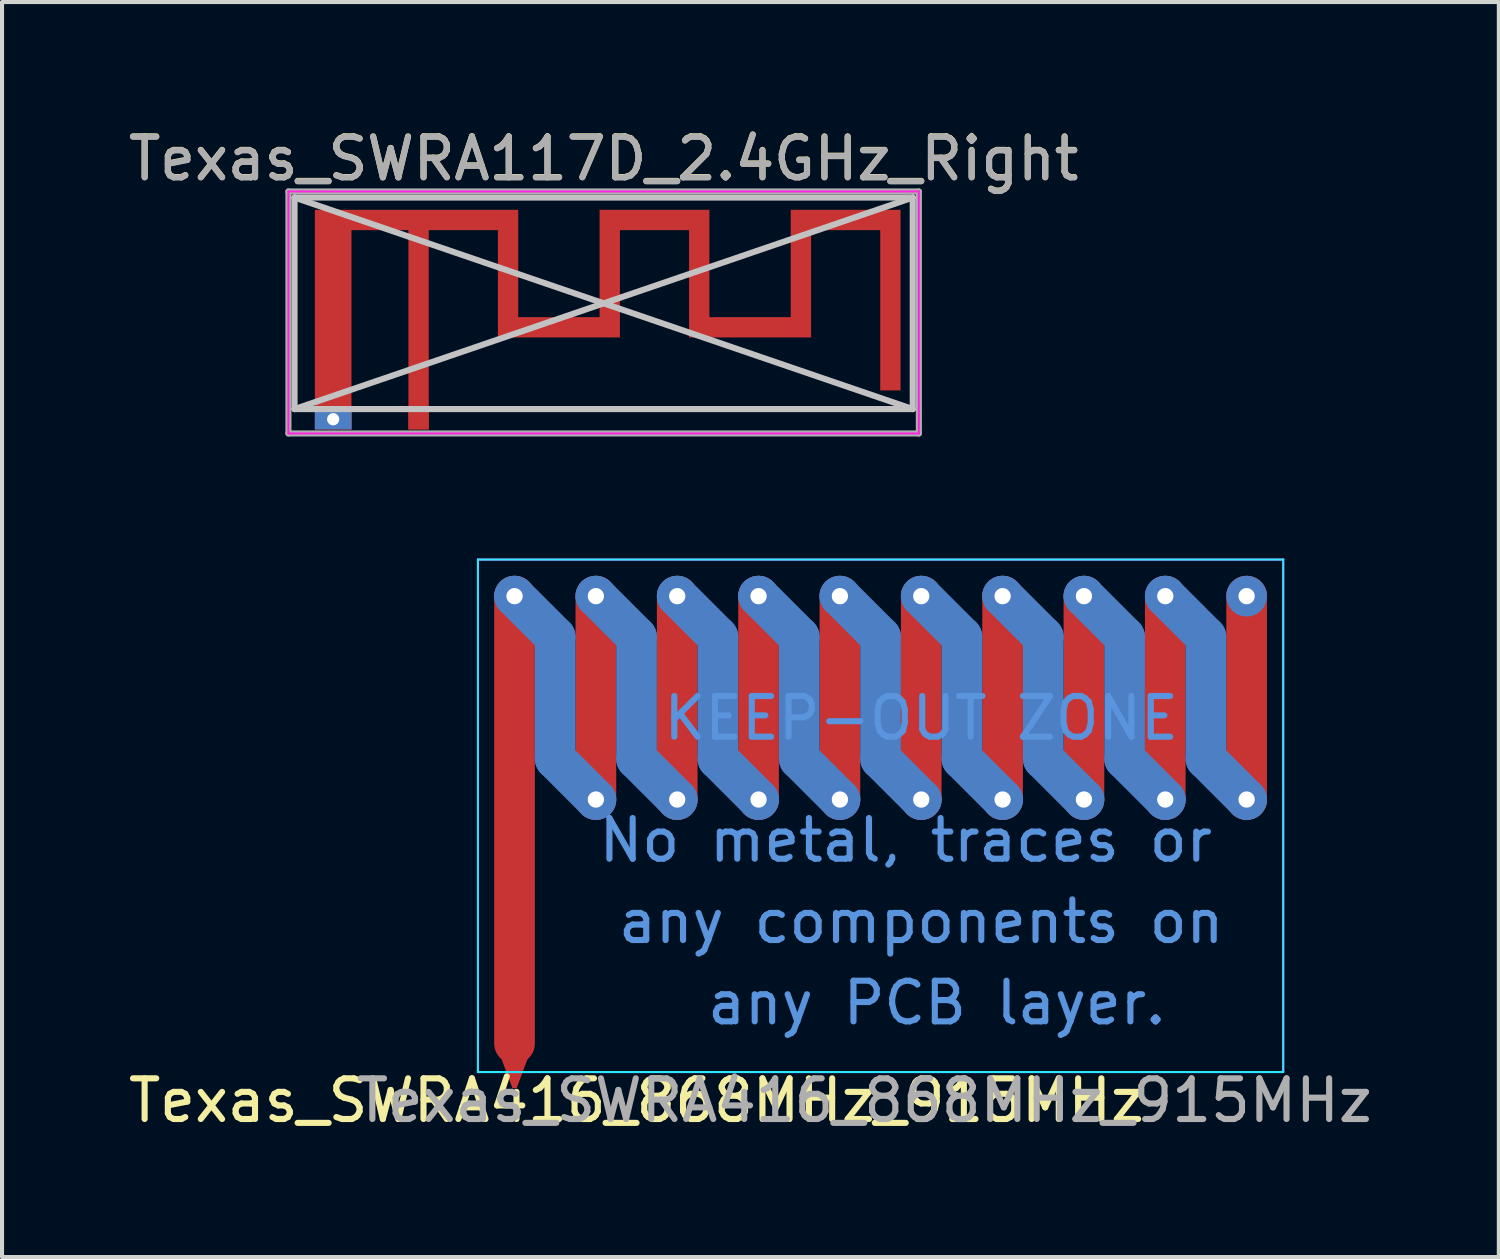
<source format=kicad_pcb>
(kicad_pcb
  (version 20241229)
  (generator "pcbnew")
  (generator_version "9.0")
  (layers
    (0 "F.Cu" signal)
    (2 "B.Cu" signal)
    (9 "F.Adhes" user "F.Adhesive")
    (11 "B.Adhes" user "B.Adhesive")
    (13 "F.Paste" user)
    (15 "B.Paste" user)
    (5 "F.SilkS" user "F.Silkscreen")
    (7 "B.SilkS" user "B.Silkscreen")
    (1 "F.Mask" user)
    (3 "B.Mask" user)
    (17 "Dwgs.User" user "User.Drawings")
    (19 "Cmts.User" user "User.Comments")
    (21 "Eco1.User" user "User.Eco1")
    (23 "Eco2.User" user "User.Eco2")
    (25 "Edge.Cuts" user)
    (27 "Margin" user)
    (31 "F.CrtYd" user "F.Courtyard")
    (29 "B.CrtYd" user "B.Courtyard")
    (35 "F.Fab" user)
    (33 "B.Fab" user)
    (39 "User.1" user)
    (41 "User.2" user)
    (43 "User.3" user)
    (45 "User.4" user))
  (footprint "Texas_SWRA117D_2.4GHz_Right"
    (layer "F.Cu")
    (at 7.242 7.258)
    (property "Reference" "Texas_SWRA117D_2.4GHz_Right" (at 4.55 -6.41 0) (layer "F.SilkS") (effects (font (size 1 1) (thickness 0.15))))
    (attr exclude_from_pos_files exclude_from_bom)
    (fp_poly (pts (xy 2.45 -2.51) (xy 4.45 -2.51) (xy 4.45 -5.15) (xy 7.15 -5.15) (xy 7.15 -2.51) (xy 9.15 -2.51) (xy 9.15 -5.15) (xy 11.85 -5.15) (xy 11.85 -0.71) (xy 11.35 -0.71) (xy 11.35 -4.65) (xy 9.65 -4.65) (xy 9.65 -2.01) (xy 6.65 -2.01) (xy 6.65 -4.65) (xy 4.95 -4.65) (xy 4.95 -2.01) (xy 1.95 -2.01) (xy 1.95 -4.65) (xy 0.25 -4.65) (xy 0.25 0.25) (xy -0.25 0.25) (xy -0.25 -4.65) (xy -1.65 -4.65) (xy -1.65 0.25) (xy -2.55 0.25) (xy -2.55 0.007) (xy -2.248 0.007) (xy -2.238 0.054) (xy -2.214 0.097) (xy -2.176 0.13) (xy -2.168 0.134) (xy -2.125 0.146) (xy -2.077 0.145) (xy -2.031 0.132) (xy -2.013 0.122) (xy -1.979 0.087) (xy -1.958 0.041) (xy -1.952 -0.008) (xy -1.96 -0.056) (xy -1.977 -0.089) (xy -2.012 -0.121) (xy -2.058 -0.141) (xy -2.107 -0.148) (xy -2.155 -0.14) (xy -2.188 -0.123) (xy -2.223 -0.086) (xy -2.243 -0.042) (xy -2.248 0.007) (xy -2.55 0.007) (xy -2.55 -5.15) (xy 2.45 -5.15) (xy 2.45 -2.51)) (stroke (width 0) (type solid)) (fill yes) (layer "F.Cu"))
    (fp_line (start -3.05 -5.45) (end 12.15 -5.45) (stroke (width 0.15) (type solid)) (layer "Dwgs.User"))
    (fp_line (start -3.05 -5.45) (end 12.15 -0.25) (stroke (width 0.15) (type solid)) (layer "Dwgs.User"))
    (fp_line (start -3.05 -0.25) (end -3.05 -5.45) (stroke (width 0.15) (type solid)) (layer "Dwgs.User"))
    (fp_line (start -3.05 -0.25) (end 12.15 -5.45) (stroke (width 0.15) (type solid)) (layer "Dwgs.User"))
    (fp_line (start -3.05 -0.25) (end 12.15 -0.25) (stroke (width 0.15) (type solid)) (layer "Dwgs.User"))
    (fp_line (start 12.15 -0.25) (end 12.15 -5.45) (stroke (width 0.15) (type solid)) (layer "Dwgs.User"))
    (fp_line (start -3.2 -5.6) (end 12.3 -5.6) (stroke (width 0.05) (type solid)) (layer "F.CrtYd"))
    (fp_line (start -3.2 0.35) (end -3.2 -5.6) (stroke (width 0.05) (type solid)) (layer "F.CrtYd"))
    (fp_line (start 12.3 -5.6) (end 12.3 0.35) (stroke (width 0.05) (type solid)) (layer "F.CrtYd"))
    (fp_line (start 12.3 0.35) (end -3.2 0.35) (stroke (width 0.05) (type solid)) (layer "F.CrtYd"))
    (fp_line (start -3.2 -5.6) (end 12.3 -5.6) (stroke (width 0.15) (type solid)) (layer "F.Fab"))
    (fp_line (start -3.2 0.35) (end -3.2 -5.6) (stroke (width 0.15) (type solid)) (layer "F.Fab"))
    (fp_line (start 12.3 -5.6) (end 12.3 0.35) (stroke (width 0.15) (type solid)) (layer "F.Fab"))
    (fp_line (start 12.3 0.35) (end -3.2 0.35) (stroke (width 0.15) (type solid)) (layer "F.Fab"))
    (fp_text user "${REFERENCE}" (at 4.55 -6.4 0) (layer "F.Fab") (effects (font (size 1 1) (thickness 0.15))))
    (pad "1" connect rect (at 0 0) (size 0.5 0.5) (layers "F.Cu"))
    (pad "2" thru_hole rect (at -2.1 0) (size 0.9 0.5) (drill 0.3) (layers "*.Cu")))
  (footprint "Texas_SWRA416_868MHz_915MHz"
    (layer "F.Cu")
    (at 18.601 17.408)
    (property "Reference" "Texas_SWRA416_868MHz_915MHz" (at -6 6.6 0) (layer "F.SilkS") (effects (font (size 1 1) (thickness 0.15))))
    (attr smd)
    (fp_line (start -9 5.2) (end -9 -5.8) (stroke (width 1) (type solid)) (layer "F.Cu"))
    (fp_line (start -7 -5.8) (end -7 -0.8) (stroke (width 1) (type solid)) (layer "F.Cu"))
    (fp_line (start -5 -5.8) (end -5 -0.8) (stroke (width 1) (type solid)) (layer "F.Cu"))
    (fp_line (start -3 -5.8) (end -3 -0.8) (stroke (width 1) (type solid)) (layer "F.Cu"))
    (fp_line (start -1 -5.8) (end -1 -0.8) (stroke (width 1) (type solid)) (layer "F.Cu"))
    (fp_line (start 1 -5.8) (end 1 -0.8) (stroke (width 1) (type solid)) (layer "F.Cu"))
    (fp_line (start 3 -5.8) (end 3 -0.8) (stroke (width 1) (type solid)) (layer "F.Cu"))
    (fp_line (start 5 -5.8) (end 5 -0.8) (stroke (width 1) (type solid)) (layer "F.Cu"))
    (fp_line (start 7 -5.8) (end 7 -0.8) (stroke (width 1) (type solid)) (layer "F.Cu"))
    (fp_line (start 9 -5.8) (end 9 -0.8) (stroke (width 1) (type solid)) (layer "F.Cu"))
    (fp_line (start -9 -5.8) (end -8 -4.8) (stroke (width 1) (type solid)) (layer "B.Cu"))
    (fp_line (start -8 -4.8) (end -8 -1.8) (stroke (width 1) (type solid)) (layer "B.Cu"))
    (fp_line (start -8 -1.8) (end -7 -0.8) (stroke (width 1) (type solid)) (layer "B.Cu"))
    (fp_line (start -7 -5.8) (end -6 -4.8) (stroke (width 1) (type solid)) (layer "B.Cu"))
    (fp_line (start -6 -4.8) (end -6 -1.8) (stroke (width 1) (type solid)) (layer "B.Cu"))
    (fp_line (start -6 -1.8) (end -5 -0.8) (stroke (width 1) (type solid)) (layer "B.Cu"))
    (fp_line (start -5 -5.8) (end -4 -4.8) (stroke (width 1) (type solid)) (layer "B.Cu"))
    (fp_line (start -4 -4.8) (end -4 -1.8) (stroke (width 1) (type solid)) (layer "B.Cu"))
    (fp_line (start -4 -1.8) (end -3 -0.8) (stroke (width 1) (type solid)) (layer "B.Cu"))
    (fp_line (start -3 -5.8) (end -2 -4.8) (stroke (width 1) (type solid)) (layer "B.Cu"))
    (fp_line (start -2 -4.8) (end -2 -1.8) (stroke (width 1) (type solid)) (layer "B.Cu"))
    (fp_line (start -2 -1.8) (end -1 -0.8) (stroke (width 1) (type solid)) (layer "B.Cu"))
    (fp_line (start -1 -5.8) (end 0 -4.8) (stroke (width 1) (type solid)) (layer "B.Cu"))
    (fp_line (start 0 -4.8) (end 0 -1.8) (stroke (width 1) (type solid)) (layer "B.Cu"))
    (fp_line (start 0 -1.8) (end 1 -0.8) (stroke (width 1) (type solid)) (layer "B.Cu"))
    (fp_line (start 1 -5.8) (end 2 -4.8) (stroke (width 1) (type solid)) (layer "B.Cu"))
    (fp_line (start 2 -4.8) (end 2 -1.8) (stroke (width 1) (type solid)) (layer "B.Cu"))
    (fp_line (start 2 -1.8) (end 3 -0.8) (stroke (width 1) (type solid)) (layer "B.Cu"))
    (fp_line (start 3 -5.8) (end 4 -4.8) (stroke (width 1) (type solid)) (layer "B.Cu"))
    (fp_line (start 4 -4.8) (end 4 -1.8) (stroke (width 1) (type solid)) (layer "B.Cu"))
    (fp_line (start 4 -1.8) (end 5 -0.8) (stroke (width 1) (type solid)) (layer "B.Cu"))
    (fp_line (start 5 -5.8) (end 6 -4.8) (stroke (width 1) (type solid)) (layer "B.Cu"))
    (fp_line (start 6 -4.8) (end 6 -1.8) (stroke (width 1) (type solid)) (layer "B.Cu"))
    (fp_line (start 6 -1.8) (end 7 -0.8) (stroke (width 1) (type solid)) (layer "B.Cu"))
    (fp_line (start 7 -5.8) (end 8 -4.8) (stroke (width 1) (type solid)) (layer "B.Cu"))
    (fp_line (start 8 -4.8) (end 8 -1.8) (stroke (width 1) (type solid)) (layer "B.Cu"))
    (fp_line (start 8 -1.8) (end 9 -0.8) (stroke (width 1) (type solid)) (layer "B.Cu"))
    (fp_line (start -9.9 -6.7) (end -9.9 5.9) (stroke (width 0.05) (type solid)) (layer "B.CrtYd"))
    (fp_line (start -9.9 5.9) (end 9.9 5.9) (stroke (width 0.05) (type solid)) (layer "B.CrtYd"))
    (fp_line (start 9.9 -6.7) (end -9.9 -6.7) (stroke (width 0.05) (type solid)) (layer "B.CrtYd"))
    (fp_line (start 9.9 5.9) (end 9.9 -6.7) (stroke (width 0.05) (type solid)) (layer "B.CrtYd"))
    (fp_line (start -9.9 -6.7) (end -9.9 5.9) (stroke (width 0.05) (type solid)) (layer "F.CrtYd"))
    (fp_line (start -9.9 5.9) (end 9.9 5.9) (stroke (width 0.05) (type solid)) (layer "F.CrtYd"))
    (fp_line (start 9.9 -6.7) (end -9.9 -6.7) (stroke (width 0.05) (type solid)) (layer "F.CrtYd"))
    (fp_line (start 9.9 5.9) (end 9.9 -6.7) (stroke (width 0.05) (type solid)) (layer "F.CrtYd"))
    (fp_text user "KEEP-OUT ZONE" (at 1 -2.8 0) (layer "Cmts.User") (effects (font (size 1 1) (thickness 0.15))))
    (fp_text user "No metal, traces or " (at 1 0.2 0) (layer "Cmts.User") (effects (font (size 1 1) (thickness 0.15))))
    (fp_text user " any PCB layer." (at 1 4.2 0) (layer "Cmts.User") (effects (font (size 1 1) (thickness 0.15))))
    (fp_text user "any components on" (at 1 2.2 0) (layer "Cmts.User") (effects (font (size 1 1) (thickness 0.15))))
    (fp_text user "${REFERENCE}" (at -0.4 6.6 0) (layer "F.Fab") (effects (font (size 1 1) (thickness 0.15))))
    (pad "" thru_hole circle (at -9 -5.8 180) (size 1 1) (drill 0.4) (layers "*.Cu"))
    (pad "" thru_hole circle (at -7 -5.8 180) (size 1 1) (drill 0.4) (layers "*.Cu"))
    (pad "" thru_hole circle (at -7 -0.8 180) (size 1 1) (drill 0.4) (layers "*.Cu"))
    (pad "" thru_hole circle (at -5 -5.8 180) (size 1 1) (drill 0.4) (layers "*.Cu"))
    (pad "" thru_hole circle (at -5 -0.8 180) (size 1 1) (drill 0.4) (layers "*.Cu"))
    (pad "" thru_hole circle (at -3 -5.8 180) (size 1 1) (drill 0.4) (layers "*.Cu"))
    (pad "" thru_hole circle (at -3 -0.8 180) (size 1 1) (drill 0.4) (layers "*.Cu"))
    (pad "" thru_hole circle (at -1 -5.8 180) (size 1 1) (drill 0.4) (layers "*.Cu"))
    (pad "" thru_hole circle (at -1 -0.8 180) (size 1 1) (drill 0.4) (layers "*.Cu"))
    (pad "" thru_hole circle (at 1 -5.8 180) (size 1 1) (drill 0.4) (layers "*.Cu"))
    (pad "" thru_hole circle (at 1 -0.8 180) (size 1 1) (drill 0.4) (layers "*.Cu"))
    (pad "" thru_hole circle (at 3 -5.8 180) (size 1 1) (drill 0.4) (layers "*.Cu"))
    (pad "" thru_hole circle (at 3 -0.8 180) (size 1 1) (drill 0.4) (layers "*.Cu"))
    (pad "" thru_hole circle (at 5 -5.8 180) (size 1 1) (drill 0.4) (layers "*.Cu"))
    (pad "" thru_hole circle (at 5 -0.8 180) (size 1 1) (drill 0.4) (layers "*.Cu"))
    (pad "" thru_hole circle (at 7 -5.8 180) (size 1 1) (drill 0.4) (layers "*.Cu"))
    (pad "" thru_hole circle (at 7 -0.8 180) (size 1 1) (drill 0.4) (layers "*.Cu"))
    (pad "" thru_hole circle (at 9 -5.8 180) (size 1 1) (drill 0.4) (layers "*.Cu"))
    (pad "" thru_hole circle (at 9 -0.8 180) (size 1 1) (drill 0.4) (layers "*.Cu"))
    (pad "1" smd trapezoid (at -9 5.9 180) (size 0.4 0.8) (rect_delta 0 0.3) (layers "F.Cu"))
    (zone (net_name "") (layer "F.Cu") (hatch full 0.508) (connect_pads) (min_thickness 0.254) (filled_areas_thickness no) (keepout (tracks allowed) (vias allowed) (pads allowed) (copperpour not_allowed) (footprints not_allowed)) (placement (enabled no)) (fill) (polygon (pts (xy 8.901 23.108) (xy 28.301 23.108) (xy 28.301 10.908) (xy 8.901 10.908)))))
  (gr_rect
    (start -3 -3)
    (end 33.802 27.857)
    (stroke (width 0.1) (type default))
    (fill no)
    (layer "Edge.Cuts")))
</source>
